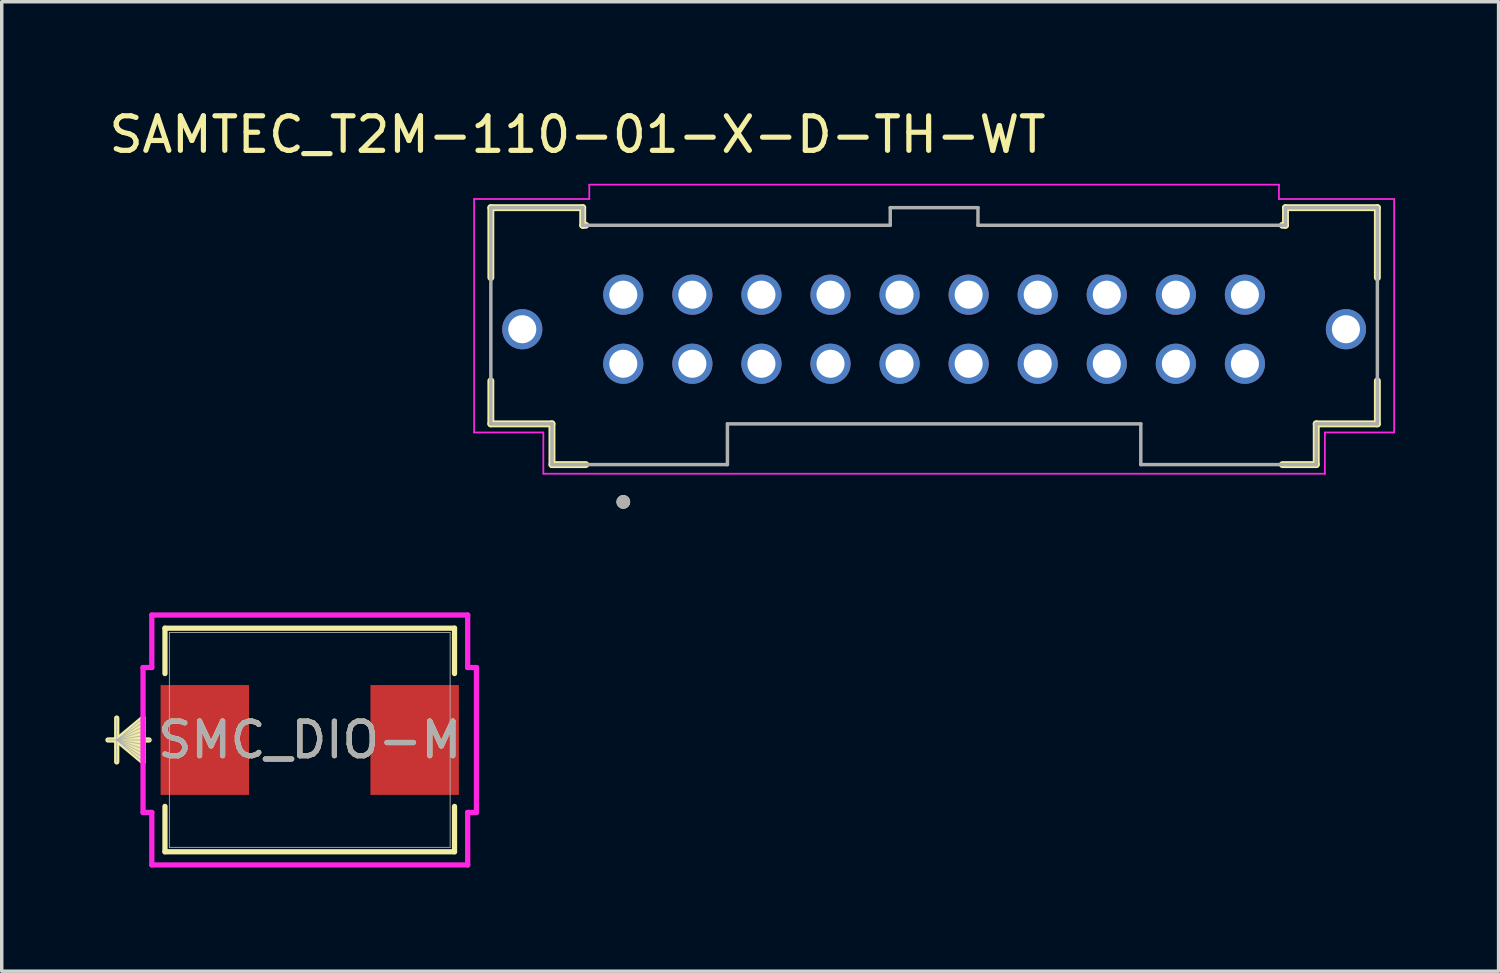
<source format=kicad_pcb>
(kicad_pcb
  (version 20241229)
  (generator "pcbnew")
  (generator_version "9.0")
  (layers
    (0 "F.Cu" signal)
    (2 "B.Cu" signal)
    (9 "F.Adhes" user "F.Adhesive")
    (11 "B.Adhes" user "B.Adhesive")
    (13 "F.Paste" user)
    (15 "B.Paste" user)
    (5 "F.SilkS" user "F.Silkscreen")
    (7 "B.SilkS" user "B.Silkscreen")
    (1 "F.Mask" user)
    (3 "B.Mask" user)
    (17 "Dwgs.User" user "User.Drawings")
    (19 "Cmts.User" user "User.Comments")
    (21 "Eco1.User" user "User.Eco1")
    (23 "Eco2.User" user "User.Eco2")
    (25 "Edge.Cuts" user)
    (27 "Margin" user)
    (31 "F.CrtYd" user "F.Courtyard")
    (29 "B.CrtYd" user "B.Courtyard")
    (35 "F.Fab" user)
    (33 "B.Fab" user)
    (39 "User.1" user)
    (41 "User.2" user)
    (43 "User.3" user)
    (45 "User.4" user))
  (footprint "SMC_DIO-M"
    (layer "F.Cu")
    (at 5.919 18.377)
    (property "Reference" "SMC_DIO-M" (at 0 0 0) (unlocked yes) (layer "F.SilkS") (effects (font (size 1 1) (thickness 0.15))))
    (attr smd)
    (fp_line (start -5.589 -0.635) (end -5.589 0.635) (stroke (width 0.152) (type solid)) (layer "F.SilkS"))
    (fp_line (start -5.589 0) (end -4.827 -0.635) (stroke (width 0.152) (type solid)) (layer "F.SilkS"))
    (fp_line (start -5.589 0) (end -4.827 -0.508) (stroke (width 0.152) (type solid)) (layer "F.SilkS"))
    (fp_line (start -5.589 0) (end -4.827 -0.381) (stroke (width 0.152) (type solid)) (layer "F.SilkS"))
    (fp_line (start -5.589 0) (end -4.827 -0.254) (stroke (width 0.152) (type solid)) (layer "F.SilkS"))
    (fp_line (start -5.589 0) (end -4.827 -0.127) (stroke (width 0.152) (type solid)) (layer "F.SilkS"))
    (fp_line (start -5.589 0) (end -4.827 0.127) (stroke (width 0.152) (type solid)) (layer "F.SilkS"))
    (fp_line (start -5.589 0) (end -4.827 0.254) (stroke (width 0.152) (type solid)) (layer "F.SilkS"))
    (fp_line (start -5.589 0) (end -4.827 0.381) (stroke (width 0.152) (type solid)) (layer "F.SilkS"))
    (fp_line (start -5.589 0) (end -4.827 0.508) (stroke (width 0.152) (type solid)) (layer "F.SilkS"))
    (fp_line (start -5.589 0) (end -4.827 0.635) (stroke (width 0.152) (type solid)) (layer "F.SilkS"))
    (fp_line (start -4.827 -0.635) (end -4.827 0.635) (stroke (width 0.152) (type solid)) (layer "F.SilkS"))
    (fp_line (start -4.652 0) (end -5.843 0) (stroke (width 0.152) (type solid)) (layer "F.SilkS"))
    (fp_line (start -4.192 -3.237) (end -4.192 -1.923) (stroke (width 0.152) (type solid)) (layer "F.SilkS"))
    (fp_line (start -4.192 1.923) (end -4.192 3.237) (stroke (width 0.152) (type solid)) (layer "F.SilkS"))
    (fp_line (start -4.192 3.237) (end 4.192 3.237) (stroke (width 0.152) (type solid)) (layer "F.SilkS"))
    (fp_line (start 4.192 -3.237) (end -4.192 -3.237) (stroke (width 0.152) (type solid)) (layer "F.SilkS"))
    (fp_line (start 4.192 -1.923) (end 4.192 -3.237) (stroke (width 0.152) (type solid)) (layer "F.SilkS"))
    (fp_line (start 4.192 3.237) (end 4.192 1.923) (stroke (width 0.152) (type solid)) (layer "F.SilkS"))
    (fp_line (start -4.827 -2.098) (end -4.573 -2.098) (stroke (width 0.152) (type solid)) (layer "F.CrtYd"))
    (fp_line (start -4.827 2.098) (end -4.827 -2.098) (stroke (width 0.152) (type solid)) (layer "F.CrtYd"))
    (fp_line (start -4.573 -3.618) (end 4.573 -3.618) (stroke (width 0.152) (type solid)) (layer "F.CrtYd"))
    (fp_line (start -4.573 -2.098) (end -4.573 -3.618) (stroke (width 0.152) (type solid)) (layer "F.CrtYd"))
    (fp_line (start -4.573 2.098) (end -4.827 2.098) (stroke (width 0.152) (type solid)) (layer "F.CrtYd"))
    (fp_line (start -4.573 3.618) (end -4.573 2.098) (stroke (width 0.152) (type solid)) (layer "F.CrtYd"))
    (fp_line (start 4.573 -3.618) (end 4.573 -2.098) (stroke (width 0.152) (type solid)) (layer "F.CrtYd"))
    (fp_line (start 4.573 -2.098) (end 4.827 -2.098) (stroke (width 0.152) (type solid)) (layer "F.CrtYd"))
    (fp_line (start 4.573 2.098) (end 4.573 3.618) (stroke (width 0.152) (type solid)) (layer "F.CrtYd"))
    (fp_line (start 4.573 3.618) (end -4.573 3.618) (stroke (width 0.152) (type solid)) (layer "F.CrtYd"))
    (fp_line (start 4.827 -2.098) (end 4.827 2.098) (stroke (width 0.152) (type solid)) (layer "F.CrtYd"))
    (fp_line (start 4.827 2.098) (end 4.573 2.098) (stroke (width 0.152) (type solid)) (layer "F.CrtYd"))
    (fp_line (start -5.589 -0.635) (end -5.589 0.635) (stroke (width 0.025) (type solid)) (layer "F.Fab"))
    (fp_line (start -5.589 0) (end -4.827 -0.635) (stroke (width 0.025) (type solid)) (layer "F.Fab"))
    (fp_line (start -5.589 0) (end -4.827 -0.508) (stroke (width 0.025) (type solid)) (layer "F.Fab"))
    (fp_line (start -5.589 0) (end -4.827 -0.381) (stroke (width 0.025) (type solid)) (layer "F.Fab"))
    (fp_line (start -5.589 0) (end -4.827 -0.254) (stroke (width 0.025) (type solid)) (layer "F.Fab"))
    (fp_line (start -5.589 0) (end -4.827 -0.127) (stroke (width 0.025) (type solid)) (layer "F.Fab"))
    (fp_line (start -5.589 0) (end -4.827 0.127) (stroke (width 0.025) (type solid)) (layer "F.Fab"))
    (fp_line (start -5.589 0) (end -4.827 0.254) (stroke (width 0.025) (type solid)) (layer "F.Fab"))
    (fp_line (start -5.589 0) (end -4.827 0.381) (stroke (width 0.025) (type solid)) (layer "F.Fab"))
    (fp_line (start -5.589 0) (end -4.827 0.508) (stroke (width 0.025) (type solid)) (layer "F.Fab"))
    (fp_line (start -5.589 0) (end -4.827 0.635) (stroke (width 0.025) (type solid)) (layer "F.Fab"))
    (fp_line (start -4.827 -0.635) (end -4.827 0.635) (stroke (width 0.025) (type solid)) (layer "F.Fab"))
    (fp_line (start -4.573 0) (end -5.843 0) (stroke (width 0.025) (type solid)) (layer "F.Fab"))
    (fp_line (start -4.065 -3.11) (end -4.065 3.11) (stroke (width 0.025) (type solid)) (layer "F.Fab"))
    (fp_line (start -4.065 3.11) (end 4.065 3.11) (stroke (width 0.025) (type solid)) (layer "F.Fab"))
    (fp_line (start 4.065 -3.11) (end -4.065 -3.11) (stroke (width 0.025) (type solid)) (layer "F.Fab"))
    (fp_line (start 4.065 3.11) (end 4.065 -3.11) (stroke (width 0.025) (type solid)) (layer "F.Fab"))
    (fp_text user "${REFERENCE}" (at 0 0 0) (unlocked yes) (layer "F.Fab") (effects (font (size 1 1) (thickness 0.15))))
    (pad "1" smd rect (at -3.038 0 90) (size 3.18 2.561) (layers "F.Cu" "F.Mask" "F.Paste"))
    (pad "2" smd rect (at 3.038 0 90) (size 3.18 2.561) (layers "F.Cu" "F.Mask" "F.Paste"))
    (zone (net_name "") (layer "F.Cu") (hatch full 0.508) (connect_pads) (min_thickness 0.254) (filled_areas_thickness no) (keepout (tracks not_allowed) (vias not_allowed) (pads allowed) (copperpour not_allowed) (footprints allowed)) (placement (enabled no)) (fill) (polygon (pts (xy 1.905 15.318) (xy 9.933 15.318) (xy 9.933 16.737) (xy 1.905 16.737))))
    (zone (net_name "") (layer "F.Cu") (hatch full 0.508) (connect_pads) (min_thickness 0.254) (filled_areas_thickness no) (keepout (tracks not_allowed) (vias not_allowed) (pads allowed) (copperpour not_allowed) (footprints allowed)) (placement (enabled no)) (fill) (polygon (pts (xy 1.905 20.018) (xy 9.933 20.018) (xy 9.933 21.437) (xy 1.905 21.437))))
    (zone (net_name "") (layer "F.Cu") (hatch full 0.508) (connect_pads) (min_thickness 0.254) (filled_areas_thickness no) (keepout (tracks not_allowed) (vias not_allowed) (pads allowed) (copperpour not_allowed) (footprints allowed)) (placement (enabled no)) (fill) (polygon (pts (xy 4.212 16.737) (xy 7.626 16.737) (xy 7.626 20.018) (xy 4.212 20.018)))))
  (footprint "SAMTEC_T2M-110-01-X-D-TH-WT"
    (layer "F.Cu")
    (at 23.998 6.483)
    (property "Reference" "SAMTEC_T2M-110-01-X-D-TH-WT" (at -10.325 -5.635 0) (layer "F.SilkS") (effects (font (size 1 1) (thickness 0.15))))
    (attr through_hole)
    (fp_line (start -12.835 -3.52) (end -10.175 -3.52) (stroke (width 0.2) (type solid)) (layer "F.SilkS"))
    (fp_line (start -12.835 -1.495) (end -12.835 -3.52) (stroke (width 0.2) (type solid)) (layer "F.SilkS"))
    (fp_line (start -12.835 1.495) (end -12.835 2.74) (stroke (width 0.2) (type solid)) (layer "F.SilkS"))
    (fp_line (start -12.835 2.74) (end -11.065 2.74) (stroke (width 0.2) (type solid)) (layer "F.SilkS"))
    (fp_line (start -11.065 2.74) (end -11.065 3.92) (stroke (width 0.2) (type solid)) (layer "F.SilkS"))
    (fp_line (start -11.065 3.92) (end -10.085 3.92) (stroke (width 0.2) (type solid)) (layer "F.SilkS"))
    (fp_line (start -10.175 -3.52) (end -10.175 -3.01) (stroke (width 0.2) (type solid)) (layer "F.SilkS"))
    (fp_line (start -10.175 -3.01) (end -10.085 -3.01) (stroke (width 0.2) (type solid)) (layer "F.SilkS"))
    (fp_line (start 10.085 -3.01) (end 10.175 -3.01) (stroke (width 0.2) (type solid)) (layer "F.SilkS"))
    (fp_line (start 10.085 3.92) (end 11.065 3.92) (stroke (width 0.2) (type solid)) (layer "F.SilkS"))
    (fp_line (start 10.175 -3.52) (end 12.835 -3.52) (stroke (width 0.2) (type solid)) (layer "F.SilkS"))
    (fp_line (start 10.175 -3.01) (end 10.175 -3.52) (stroke (width 0.2) (type solid)) (layer "F.SilkS"))
    (fp_line (start 11.065 2.74) (end 11.065 3.92) (stroke (width 0.2) (type solid)) (layer "F.SilkS"))
    (fp_line (start 12.835 -3.52) (end 12.835 -1.495) (stroke (width 0.2) (type solid)) (layer "F.SilkS"))
    (fp_line (start 12.835 1.495) (end 12.835 2.74) (stroke (width 0.2) (type solid)) (layer "F.SilkS"))
    (fp_line (start 12.835 2.74) (end 11.065 2.74) (stroke (width 0.2) (type solid)) (layer "F.SilkS"))
    (fp_circle (center -9 5) (end -8.9 5) (stroke (width 0.2) (type solid)) (fill no) (layer "F.SilkS"))
    (fp_line (start -13.32 -3.77) (end -13.32 2.99) (stroke (width 0.05) (type solid)) (layer "F.CrtYd"))
    (fp_line (start -13.32 2.99) (end -11.315 2.99) (stroke (width 0.05) (type solid)) (layer "F.CrtYd"))
    (fp_line (start -11.315 2.99) (end -11.315 4.185) (stroke (width 0.05) (type solid)) (layer "F.CrtYd"))
    (fp_line (start -11.315 4.185) (end 11.315 4.185) (stroke (width 0.05) (type solid)) (layer "F.CrtYd"))
    (fp_line (start -9.985 -4.185) (end -9.985 -3.77) (stroke (width 0.05) (type solid)) (layer "F.CrtYd"))
    (fp_line (start -9.985 -3.77) (end -13.32 -3.77) (stroke (width 0.05) (type solid)) (layer "F.CrtYd"))
    (fp_line (start 9.985 -4.185) (end -9.985 -4.185) (stroke (width 0.05) (type solid)) (layer "F.CrtYd"))
    (fp_line (start 9.985 -3.77) (end 9.985 -4.185) (stroke (width 0.05) (type solid)) (layer "F.CrtYd"))
    (fp_line (start 11.315 2.99) (end 13.32 2.99) (stroke (width 0.05) (type solid)) (layer "F.CrtYd"))
    (fp_line (start 11.315 4.185) (end 11.315 2.99) (stroke (width 0.05) (type solid)) (layer "F.CrtYd"))
    (fp_line (start 13.32 -3.77) (end 9.985 -3.77) (stroke (width 0.05) (type solid)) (layer "F.CrtYd"))
    (fp_line (start 13.32 2.99) (end 13.32 -3.77) (stroke (width 0.05) (type solid)) (layer "F.CrtYd"))
    (fp_line (start -12.835 -3.52) (end -12.835 2.74) (stroke (width 0.1) (type solid)) (layer "F.Fab"))
    (fp_line (start -12.835 2.74) (end -11.065 2.74) (stroke (width 0.1) (type solid)) (layer "F.Fab"))
    (fp_line (start -11.065 2.74) (end -11.065 3.92) (stroke (width 0.1) (type solid)) (layer "F.Fab"))
    (fp_line (start -11.065 3.92) (end -5.985 3.92) (stroke (width 0.1) (type solid)) (layer "F.Fab"))
    (fp_line (start -10.175 -3.52) (end -12.835 -3.52) (stroke (width 0.1) (type solid)) (layer "F.Fab"))
    (fp_line (start -10.175 -3.01) (end -10.175 -3.52) (stroke (width 0.1) (type solid)) (layer "F.Fab"))
    (fp_line (start -5.985 2.74) (end 5.985 2.74) (stroke (width 0.1) (type solid)) (layer "F.Fab"))
    (fp_line (start -5.985 3.92) (end -5.985 2.74) (stroke (width 0.1) (type solid)) (layer "F.Fab"))
    (fp_line (start -1.27 -3.52) (end -1.27 -3.01) (stroke (width 0.1) (type solid)) (layer "F.Fab"))
    (fp_line (start -1.27 -3.01) (end -10.175 -3.01) (stroke (width 0.1) (type solid)) (layer "F.Fab"))
    (fp_line (start 1.27 -3.52) (end -1.27 -3.52) (stroke (width 0.1) (type solid)) (layer "F.Fab"))
    (fp_line (start 1.27 -3.01) (end 1.27 -3.52) (stroke (width 0.1) (type solid)) (layer "F.Fab"))
    (fp_line (start 5.985 2.74) (end 5.985 3.92) (stroke (width 0.1) (type solid)) (layer "F.Fab"))
    (fp_line (start 5.985 3.92) (end 11.065 3.92) (stroke (width 0.1) (type solid)) (layer "F.Fab"))
    (fp_line (start 10.175 -3.52) (end 10.175 -3.01) (stroke (width 0.1) (type solid)) (layer "F.Fab"))
    (fp_line (start 10.175 -3.01) (end 1.27 -3.01) (stroke (width 0.1) (type solid)) (layer "F.Fab"))
    (fp_line (start 11.065 2.74) (end 12.835 2.74) (stroke (width 0.1) (type solid)) (layer "F.Fab"))
    (fp_line (start 11.065 3.92) (end 11.065 2.74) (stroke (width 0.1) (type solid)) (layer "F.Fab"))
    (fp_line (start 12.835 -3.52) (end 10.175 -3.52) (stroke (width 0.1) (type solid)) (layer "F.Fab"))
    (fp_line (start 12.835 2.74) (end 12.835 -3.52) (stroke (width 0.1) (type solid)) (layer "F.Fab"))
    (fp_circle (center -9 5) (end -8.9 5) (stroke (width 0.2) (type solid)) (fill no) (layer "F.Fab"))
    (pad "01" thru_hole circle (at -9 1) (size 1.163 1.163) (drill 0.813) (layers "*.Cu" "*.Mask"))
    (pad "02" thru_hole circle (at -9 -1) (size 1.163 1.163) (drill 0.813) (layers "*.Cu" "*.Mask"))
    (pad "03" thru_hole circle (at -7 1) (size 1.163 1.163) (drill 0.813) (layers "*.Cu" "*.Mask"))
    (pad "04" thru_hole circle (at -7 -1) (size 1.163 1.163) (drill 0.813) (layers "*.Cu" "*.Mask"))
    (pad "05" thru_hole circle (at -5 1) (size 1.163 1.163) (drill 0.813) (layers "*.Cu" "*.Mask"))
    (pad "06" thru_hole circle (at -5 -1) (size 1.163 1.163) (drill 0.813) (layers "*.Cu" "*.Mask"))
    (pad "07" thru_hole circle (at -3 1) (size 1.163 1.163) (drill 0.813) (layers "*.Cu" "*.Mask"))
    (pad "08" thru_hole circle (at -3 -1) (size 1.163 1.163) (drill 0.813) (layers "*.Cu" "*.Mask"))
    (pad "09" thru_hole circle (at -1 1) (size 1.163 1.163) (drill 0.813) (layers "*.Cu" "*.Mask"))
    (pad "10" thru_hole circle (at -1 -1) (size 1.163 1.163) (drill 0.813) (layers "*.Cu" "*.Mask"))
    (pad "11" thru_hole circle (at 1 1) (size 1.163 1.163) (drill 0.813) (layers "*.Cu" "*.Mask"))
    (pad "12" thru_hole circle (at 1 -1) (size 1.163 1.163) (drill 0.813) (layers "*.Cu" "*.Mask"))
    (pad "13" thru_hole circle (at 3 1) (size 1.163 1.163) (drill 0.813) (layers "*.Cu" "*.Mask"))
    (pad "14" thru_hole circle (at 3 -1) (size 1.163 1.163) (drill 0.813) (layers "*.Cu" "*.Mask"))
    (pad "15" thru_hole circle (at 5 1) (size 1.163 1.163) (drill 0.813) (layers "*.Cu" "*.Mask"))
    (pad "16" thru_hole circle (at 5 -1) (size 1.163 1.163) (drill 0.813) (layers "*.Cu" "*.Mask"))
    (pad "17" thru_hole circle (at 7 1) (size 1.163 1.163) (drill 0.813) (layers "*.Cu" "*.Mask"))
    (pad "18" thru_hole circle (at 7 -1) (size 1.163 1.163) (drill 0.813) (layers "*.Cu" "*.Mask"))
    (pad "19" thru_hole circle (at 9 1) (size 1.163 1.163) (drill 0.813) (layers "*.Cu" "*.Mask"))
    (pad "20" thru_hole circle (at 9 -1) (size 1.163 1.163) (drill 0.813) (layers "*.Cu" "*.Mask"))
    (pad "S1" thru_hole circle (at -11.925 0) (size 1.163 1.163) (drill 0.813) (layers "*.Cu" "*.Mask"))
    (pad "S2" thru_hole circle (at 11.925 0) (size 1.163 1.163) (drill 0.813) (layers "*.Cu" "*.Mask")))
  (gr_rect
    (start -3 -3)
    (end 40.343 25.072)
    (stroke (width 0.1) (type default))
    (fill no)
    (layer "Edge.Cuts")))
</source>
